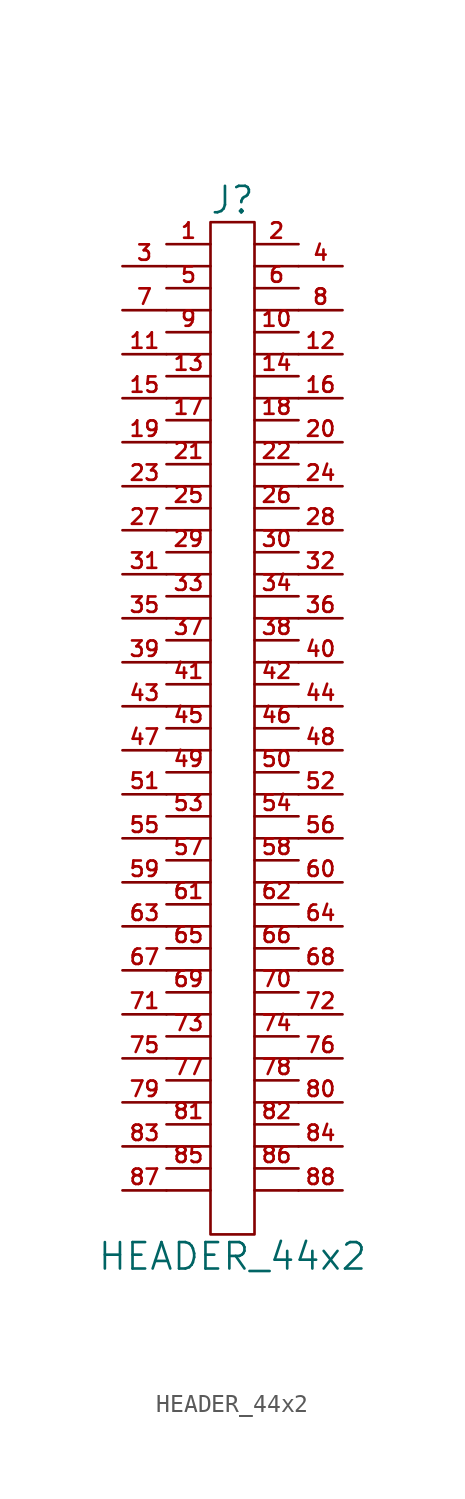
<source format=kicad_sym>
(kicad_symbol_lib
  (version 20201005)
  (generator kicad_symbol_editor)
  (symbol "HEADER_44x2"
    (pin_names
      (offset 0))
    (property "Reference" "J"
      (at 0 30.48 0)
      (effects (font (size 1.524 1.524))))
    (property "Value" "HEADER_44x2"
      (at 0 -30.48 0)
      (effects (font (size 1.524 1.524))))
    (property "Footprint" ""
      (at 0 3.81 0)
      (effects (font (size 1.524 1.524))))
    (property "Datasheet" ""
      (at 0 3.81 0)
      (effects (font (size 1.524 1.524))))
    (symbol "HEADER_44x2_0_1"
      (rectangle (start 1.27 -29.21) (end -1.27 29.21) (stroke (width 0)) (fill (type none)))
      (polyline (pts (xy -3.81 -26.67) (xy -1.27 -26.67)) (stroke (width 0)) (fill (type none)))
      (polyline (pts (xy -3.81 -24.13) (xy -1.27 -24.13)) (stroke (width 0)) (fill (type none)))
      (polyline (pts (xy -3.81 -21.59) (xy -1.27 -21.59)) (stroke (width 0)) (fill (type none)))
      (polyline (pts (xy -3.81 -19.05) (xy -1.27 -19.05)) (stroke (width 0)) (fill (type none)))
      (polyline (pts (xy -3.81 -16.51) (xy -1.27 -16.51)) (stroke (width 0)) (fill (type none)))
      (polyline (pts (xy -3.81 -13.97) (xy -1.27 -13.97)) (stroke (width 0)) (fill (type none)))
      (polyline (pts (xy -3.81 -11.43) (xy -1.27 -11.43)) (stroke (width 0)) (fill (type none)))
      (polyline (pts (xy -3.81 -8.89) (xy -1.27 -8.89)) (stroke (width 0)) (fill (type none)))
      (polyline (pts (xy -3.81 -6.35) (xy -1.27 -6.35)) (stroke (width 0)) (fill (type none)))
      (polyline (pts (xy -3.81 -3.81) (xy -1.27 -3.81)) (stroke (width 0)) (fill (type none)))
      (polyline (pts (xy -3.81 -1.27) (xy -1.27 -1.27)) (stroke (width 0)) (fill (type none)))
      (polyline (pts (xy -3.81 1.27) (xy -1.27 1.27)) (stroke (width 0)) (fill (type none)))
      (polyline (pts (xy -3.81 3.81) (xy -1.27 3.81)) (stroke (width 0)) (fill (type none)))
      (polyline (pts (xy -3.81 6.35) (xy -1.27 6.35)) (stroke (width 0)) (fill (type none)))
      (polyline (pts (xy -3.81 8.89) (xy -1.27 8.89)) (stroke (width 0)) (fill (type none)))
      (polyline (pts (xy -3.81 11.43) (xy -1.27 11.43)) (stroke (width 0)) (fill (type none)))
      (polyline (pts (xy -3.81 13.97) (xy -1.27 13.97)) (stroke (width 0)) (fill (type none)))
      (polyline (pts (xy -3.81 16.51) (xy -1.27 16.51)) (stroke (width 0)) (fill (type none)))
      (polyline (pts (xy -3.81 19.05) (xy -1.27 19.05)) (stroke (width 0)) (fill (type none)))
      (polyline (pts (xy -3.81 21.59) (xy -1.27 21.59)) (stroke (width 0)) (fill (type none)))
      (polyline (pts (xy -3.81 24.13) (xy -1.27 24.13)) (stroke (width 0)) (fill (type none)))
      (polyline (pts (xy -3.81 26.67) (xy -1.27 26.67)) (stroke (width 0)) (fill (type none)))
      (polyline (pts (xy 1.27 -26.67) (xy 3.81 -26.67)) (stroke (width 0)) (fill (type none)))
      (polyline (pts (xy 1.27 -24.13) (xy 3.81 -24.13)) (stroke (width 0)) (fill (type none)))
      (polyline (pts (xy 1.27 -21.59) (xy 3.81 -21.59)) (stroke (width 0)) (fill (type none)))
      (polyline (pts (xy 1.27 -19.05) (xy 3.81 -19.05)) (stroke (width 0)) (fill (type none)))
      (polyline (pts (xy 1.27 -16.51) (xy 3.81 -16.51)) (stroke (width 0)) (fill (type none)))
      (polyline (pts (xy 1.27 -13.97) (xy 3.81 -13.97)) (stroke (width 0)) (fill (type none)))
      (polyline (pts (xy 1.27 -11.43) (xy 3.81 -11.43)) (stroke (width 0)) (fill (type none)))
      (polyline (pts (xy 1.27 -8.89) (xy 3.81 -8.89)) (stroke (width 0)) (fill (type none)))
      (polyline (pts (xy 1.27 -6.35) (xy 3.81 -6.35)) (stroke (width 0)) (fill (type none)))
      (polyline (pts (xy 1.27 -3.81) (xy 3.81 -3.81)) (stroke (width 0)) (fill (type none)))
      (polyline (pts (xy 1.27 -1.27) (xy 3.81 -1.27)) (stroke (width 0)) (fill (type none)))
      (polyline (pts (xy 1.27 1.27) (xy 3.81 1.27)) (stroke (width 0)) (fill (type none)))
      (polyline (pts (xy 1.27 3.81) (xy 3.81 3.81)) (stroke (width 0)) (fill (type none)))
      (polyline (pts (xy 1.27 6.35) (xy 3.81 6.35)) (stroke (width 0)) (fill (type none)))
      (polyline (pts (xy 1.27 8.89) (xy 3.81 8.89)) (stroke (width 0)) (fill (type none)))
      (polyline (pts (xy 1.27 11.43) (xy 3.81 11.43)) (stroke (width 0)) (fill (type none)))
      (polyline (pts (xy 1.27 13.97) (xy 3.81 13.97)) (stroke (width 0)) (fill (type none)))
      (polyline (pts (xy 1.27 16.51) (xy 3.81 16.51)) (stroke (width 0)) (fill (type none)))
      (polyline (pts (xy 1.27 19.05) (xy 3.81 19.05)) (stroke (width 0)) (fill (type none)))
      (polyline (pts (xy 1.27 21.59) (xy 3.81 21.59)) (stroke (width 0)) (fill (type none)))
      (polyline (pts (xy 1.27 24.13) (xy 3.81 24.13)) (stroke (width 0)) (fill (type none)))
      (polyline (pts (xy 1.27 26.67) (xy 3.81 26.67)) (stroke (width 0)) (fill (type none))))
    (symbol "HEADER_44x2_1_1"
      (pin passive line (at -3.81 27.94 0) (length 2.54) (name "~" (effects (font (size 1.27 1.27)))) (number "1" (effects (font (size 0.889 0.889)))))
      (pin passive line (at 3.81 22.86 180) (length 2.54) (name "~" (effects (font (size 1.27 1.27)))) (number "10" (effects (font (size 0.889 0.889)))))
      (pin passive line (at -6.35 21.59 0) (length 2.54) (name "~" (effects (font (size 1.27 1.27)))) (number "11" (effects (font (size 0.889 0.889)))))
      (pin passive line (at 6.35 21.59 180) (length 2.54) (name "~" (effects (font (size 1.27 1.27)))) (number "12" (effects (font (size 0.889 0.889)))))
      (pin passive line (at -3.81 20.32 0) (length 2.54) (name "~" (effects (font (size 1.27 1.27)))) (number "13" (effects (font (size 0.889 0.889)))))
      (pin passive line (at 3.81 20.32 180) (length 2.54) (name "~" (effects (font (size 1.27 1.27)))) (number "14" (effects (font (size 0.889 0.889)))))
      (pin passive line (at -6.35 19.05 0) (length 2.54) (name "~" (effects (font (size 1.27 1.27)))) (number "15" (effects (font (size 0.889 0.889)))))
      (pin passive line (at 6.35 19.05 180) (length 2.54) (name "~" (effects (font (size 1.27 1.27)))) (number "16" (effects (font (size 0.889 0.889)))))
      (pin passive line (at -3.81 17.78 0) (length 2.54) (name "~" (effects (font (size 1.27 1.27)))) (number "17" (effects (font (size 0.889 0.889)))))
      (pin passive line (at 3.81 17.78 180) (length 2.54) (name "~" (effects (font (size 1.27 1.27)))) (number "18" (effects (font (size 0.889 0.889)))))
      (pin passive line (at -6.35 16.51 0) (length 2.54) (name "~" (effects (font (size 1.27 1.27)))) (number "19" (effects (font (size 0.889 0.889)))))
      (pin passive line (at 3.81 27.94 180) (length 2.54) (name "~" (effects (font (size 1.27 1.27)))) (number "2" (effects (font (size 0.889 0.889)))))
      (pin passive line (at 6.35 16.51 180) (length 2.54) (name "~" (effects (font (size 1.27 1.27)))) (number "20" (effects (font (size 0.889 0.889)))))
      (pin passive line (at -3.81 15.24 0) (length 2.54) (name "~" (effects (font (size 1.27 1.27)))) (number "21" (effects (font (size 0.889 0.889)))))
      (pin passive line (at 3.81 15.24 180) (length 2.54) (name "~" (effects (font (size 1.27 1.27)))) (number "22" (effects (font (size 0.889 0.889)))))
      (pin passive line (at -6.35 13.97 0) (length 2.54) (name "~" (effects (font (size 1.27 1.27)))) (number "23" (effects (font (size 0.889 0.889)))))
      (pin passive line (at 6.35 13.97 180) (length 2.54) (name "~" (effects (font (size 1.27 1.27)))) (number "24" (effects (font (size 0.889 0.889)))))
      (pin passive line (at -3.81 12.7 0) (length 2.54) (name "~" (effects (font (size 1.27 1.27)))) (number "25" (effects (font (size 0.889 0.889)))))
      (pin passive line (at 3.81 12.7 180) (length 2.54) (name "~" (effects (font (size 1.27 1.27)))) (number "26" (effects (font (size 0.889 0.889)))))
      (pin passive line (at -6.35 11.43 0) (length 2.54) (name "~" (effects (font (size 1.27 1.27)))) (number "27" (effects (font (size 0.889 0.889)))))
      (pin passive line (at 6.35 11.43 180) (length 2.54) (name "~" (effects (font (size 1.27 1.27)))) (number "28" (effects (font (size 0.889 0.889)))))
      (pin passive line (at -3.81 10.16 0) (length 2.54) (name "~" (effects (font (size 1.27 1.27)))) (number "29" (effects (font (size 0.889 0.889)))))
      (pin passive line (at -6.35 26.67 0) (length 2.54) (name "~" (effects (font (size 1.27 1.27)))) (number "3" (effects (font (size 0.889 0.889)))))
      (pin passive line (at 3.81 10.16 180) (length 2.54) (name "~" (effects (font (size 1.27 1.27)))) (number "30" (effects (font (size 0.889 0.889)))))
      (pin passive line (at -6.35 8.89 0) (length 2.54) (name "~" (effects (font (size 1.27 1.27)))) (number "31" (effects (font (size 0.889 0.889)))))
      (pin passive line (at 6.35 8.89 180) (length 2.54) (name "~" (effects (font (size 1.27 1.27)))) (number "32" (effects (font (size 0.889 0.889)))))
      (pin passive line (at -3.81 7.62 0) (length 2.54) (name "~" (effects (font (size 1.27 1.27)))) (number "33" (effects (font (size 0.889 0.889)))))
      (pin passive line (at 3.81 7.62 180) (length 2.54) (name "~" (effects (font (size 1.27 1.27)))) (number "34" (effects (font (size 0.889 0.889)))))
      (pin passive line (at -6.35 6.35 0) (length 2.54) (name "~" (effects (font (size 1.27 1.27)))) (number "35" (effects (font (size 0.889 0.889)))))
      (pin passive line (at 6.35 6.35 180) (length 2.54) (name "~" (effects (font (size 1.27 1.27)))) (number "36" (effects (font (size 0.889 0.889)))))
      (pin passive line (at -3.81 5.08 0) (length 2.54) (name "~" (effects (font (size 0.889 0.889)))) (number "37" (effects (font (size 0.889 0.889)))))
      (pin passive line (at 3.81 5.08 180) (length 2.54) (name "~" (effects (font (size 1.27 1.27)))) (number "38" (effects (font (size 0.889 0.889)))))
      (pin passive line (at -6.35 3.81 0) (length 2.54) (name "~" (effects (font (size 1.27 1.27)))) (number "39" (effects (font (size 0.889 0.889)))))
      (pin passive line (at 6.35 26.67 180) (length 2.54) (name "~" (effects (font (size 1.27 1.27)))) (number "4" (effects (font (size 0.889 0.889)))))
      (pin passive line (at 6.35 3.81 180) (length 2.54) (name "~" (effects (font (size 1.27 1.27)))) (number "40" (effects (font (size 0.889 0.889)))))
      (pin passive line (at -3.81 2.54 0) (length 2.54) (name "~" (effects (font (size 1.27 1.27)))) (number "41" (effects (font (size 0.889 0.889)))))
      (pin passive line (at 3.81 2.54 180) (length 2.54) (name "~" (effects (font (size 1.27 1.27)))) (number "42" (effects (font (size 0.889 0.889)))))
      (pin passive line (at -6.35 1.27 0) (length 2.54) (name "~" (effects (font (size 1.27 1.27)))) (number "43" (effects (font (size 0.889 0.889)))))
      (pin passive line (at 6.35 1.27 180) (length 2.54) (name "~" (effects (font (size 1.27 1.27)))) (number "44" (effects (font (size 0.889 0.889)))))
      (pin passive line (at -3.81 0 0) (length 2.54) (name "~" (effects (font (size 1.27 1.27)))) (number "45" (effects (font (size 0.889 0.889)))))
      (pin passive line (at 3.81 0 180) (length 2.54) (name "~" (effects (font (size 1.27 1.27)))) (number "46" (effects (font (size 0.889 0.889)))))
      (pin passive line (at -6.35 -1.27 0) (length 2.54) (name "~" (effects (font (size 1.27 1.27)))) (number "47" (effects (font (size 0.889 0.889)))))
      (pin passive line (at 6.35 -1.27 180) (length 2.54) (name "~" (effects (font (size 1.27 1.27)))) (number "48" (effects (font (size 0.889 0.889)))))
      (pin passive line (at -3.81 -2.54 0) (length 2.54) (name "~" (effects (font (size 1.27 1.27)))) (number "49" (effects (font (size 0.889 0.889)))))
      (pin passive line (at -3.81 25.4 0) (length 2.54) (name "~" (effects (font (size 1.27 1.27)))) (number "5" (effects (font (size 0.889 0.889)))))
      (pin passive line (at 3.81 -2.54 180) (length 2.54) (name "~" (effects (font (size 1.27 1.27)))) (number "50" (effects (font (size 0.889 0.889)))))
      (pin passive line (at -6.35 -3.81 0) (length 2.54) (name "~" (effects (font (size 1.27 1.27)))) (number "51" (effects (font (size 0.889 0.889)))))
      (pin passive line (at 6.35 -3.81 180) (length 2.54) (name "~" (effects (font (size 1.27 1.27)))) (number "52" (effects (font (size 0.889 0.889)))))
      (pin passive line (at -3.81 -5.08 0) (length 2.54) (name "~" (effects (font (size 1.27 1.27)))) (number "53" (effects (font (size 0.889 0.889)))))
      (pin passive line (at 3.81 -5.08 180) (length 2.54) (name "~" (effects (font (size 1.27 1.27)))) (number "54" (effects (font (size 0.889 0.889)))))
      (pin passive line (at -6.35 -6.35 0) (length 2.54) (name "~" (effects (font (size 1.27 1.27)))) (number "55" (effects (font (size 0.889 0.889)))))
      (pin passive line (at 6.35 -6.35 180) (length 2.54) (name "~" (effects (font (size 1.27 1.27)))) (number "56" (effects (font (size 0.889 0.889)))))
      (pin passive line (at -3.81 -7.62 0) (length 2.54) (name "~" (effects (font (size 1.27 1.27)))) (number "57" (effects (font (size 0.889 0.889)))))
      (pin passive line (at 3.81 -7.62 180) (length 2.54) (name "~" (effects (font (size 1.27 1.27)))) (number "58" (effects (font (size 0.889 0.889)))))
      (pin passive line (at -6.35 -8.89 0) (length 2.54) (name "~" (effects (font (size 1.27 1.27)))) (number "59" (effects (font (size 0.889 0.889)))))
      (pin passive line (at 3.81 25.4 180) (length 2.54) (name "~" (effects (font (size 1.27 1.27)))) (number "6" (effects (font (size 0.889 0.889)))))
      (pin passive line (at 6.35 -8.89 180) (length 2.54) (name "~" (effects (font (size 1.27 1.27)))) (number "60" (effects (font (size 0.889 0.889)))))
      (pin passive line (at -3.81 -10.16 0) (length 2.54) (name "~" (effects (font (size 1.27 1.27)))) (number "61" (effects (font (size 0.889 0.889)))))
      (pin passive line (at 3.81 -10.16 180) (length 2.54) (name "~" (effects (font (size 1.27 1.27)))) (number "62" (effects (font (size 0.889 0.889)))))
      (pin passive line (at -6.35 -11.43 0) (length 2.54) (name "~" (effects (font (size 1.27 1.27)))) (number "63" (effects (font (size 0.889 0.889)))))
      (pin passive line (at 6.35 -11.43 180) (length 2.54) (name "~" (effects (font (size 1.27 1.27)))) (number "64" (effects (font (size 0.889 0.889)))))
      (pin passive line (at -3.81 -12.7 0) (length 2.54) (name "~" (effects (font (size 1.27 1.27)))) (number "65" (effects (font (size 0.889 0.889)))))
      (pin passive line (at 3.81 -12.7 180) (length 2.54) (name "~" (effects (font (size 1.27 1.27)))) (number "66" (effects (font (size 0.889 0.889)))))
      (pin passive line (at -6.35 -13.97 0) (length 2.54) (name "~" (effects (font (size 1.27 1.27)))) (number "67" (effects (font (size 0.889 0.889)))))
      (pin passive line (at 6.35 -13.97 180) (length 2.54) (name "~" (effects (font (size 1.27 1.27)))) (number "68" (effects (font (size 0.889 0.889)))))
      (pin passive line (at -3.81 -15.24 0) (length 2.54) (name "~" (effects (font (size 1.27 1.27)))) (number "69" (effects (font (size 0.889 0.889)))))
      (pin passive line (at -6.35 24.13 0) (length 2.54) (name "~" (effects (font (size 1.27 1.27)))) (number "7" (effects (font (size 0.889 0.889)))))
      (pin passive line (at 3.81 -15.24 180) (length 2.54) (name "~" (effects (font (size 1.27 1.27)))) (number "70" (effects (font (size 0.889 0.889)))))
      (pin passive line (at -6.35 -16.51 0) (length 2.54) (name "~" (effects (font (size 1.27 1.27)))) (number "71" (effects (font (size 0.889 0.889)))))
      (pin passive line (at 6.35 -16.51 180) (length 2.54) (name "~" (effects (font (size 1.27 1.27)))) (number "72" (effects (font (size 0.889 0.889)))))
      (pin passive line (at -3.81 -17.78 0) (length 2.54) (name "~" (effects (font (size 1.27 1.27)))) (number "73" (effects (font (size 0.889 0.889)))))
      (pin passive line (at 3.81 -17.78 180) (length 2.54) (name "~" (effects (font (size 1.27 1.27)))) (number "74" (effects (font (size 0.889 0.889)))))
      (pin passive line (at -6.35 -19.05 0) (length 2.54) (name "~" (effects (font (size 1.27 1.27)))) (number "75" (effects (font (size 0.889 0.889)))))
      (pin passive line (at 6.35 -19.05 180) (length 2.54) (name "~" (effects (font (size 1.27 1.27)))) (number "76" (effects (font (size 0.889 0.889)))))
      (pin passive line (at -3.81 -20.32 0) (length 2.54) (name "~" (effects (font (size 1.27 1.27)))) (number "77" (effects (font (size 0.889 0.889)))))
      (pin passive line (at 3.81 -20.32 180) (length 2.54) (name "~" (effects (font (size 1.27 1.27)))) (number "78" (effects (font (size 0.889 0.889)))))
      (pin passive line (at -6.35 -21.59 0) (length 2.54) (name "~" (effects (font (size 1.27 1.27)))) (number "79" (effects (font (size 0.889 0.889)))))
      (pin passive line (at 6.35 24.13 180) (length 2.54) (name "~" (effects (font (size 1.27 1.27)))) (number "8" (effects (font (size 0.889 0.889)))))
      (pin passive line (at 6.35 -21.59 180) (length 2.54) (name "~" (effects (font (size 1.27 1.27)))) (number "80" (effects (font (size 0.889 0.889)))))
      (pin passive line (at -3.81 -22.86 0) (length 2.54) (name "~" (effects (font (size 1.27 1.27)))) (number "81" (effects (font (size 0.889 0.889)))))
      (pin passive line (at 3.81 -22.86 180) (length 2.54) (name "~" (effects (font (size 1.27 1.27)))) (number "82" (effects (font (size 0.889 0.889)))))
      (pin passive line (at -6.35 -24.13 0) (length 2.54) (name "~" (effects (font (size 1.27 1.27)))) (number "83" (effects (font (size 0.889 0.889)))))
      (pin passive line (at 6.35 -24.13 180) (length 2.54) (name "~" (effects (font (size 1.27 1.27)))) (number "84" (effects (font (size 0.889 0.889)))))
      (pin passive line (at -3.81 -25.4 0) (length 2.54) (name "~" (effects (font (size 1.27 1.27)))) (number "85" (effects (font (size 0.889 0.889)))))
      (pin passive line (at 3.81 -25.4 180) (length 2.54) (name "~" (effects (font (size 1.27 1.27)))) (number "86" (effects (font (size 0.889 0.889)))))
      (pin passive line (at -6.35 -26.67 0) (length 2.54) (name "~" (effects (font (size 1.27 1.27)))) (number "87" (effects (font (size 0.889 0.889)))))
      (pin passive line (at 6.35 -26.67 180) (length 2.54) (name "~" (effects (font (size 1.27 1.27)))) (number "88" (effects (font (size 0.889 0.889)))))
      (pin passive line (at -3.81 22.86 0) (length 2.54) (name "~" (effects (font (size 1.27 1.27)))) (number "9" (effects (font (size 0.889 0.889))))))))
</source>
